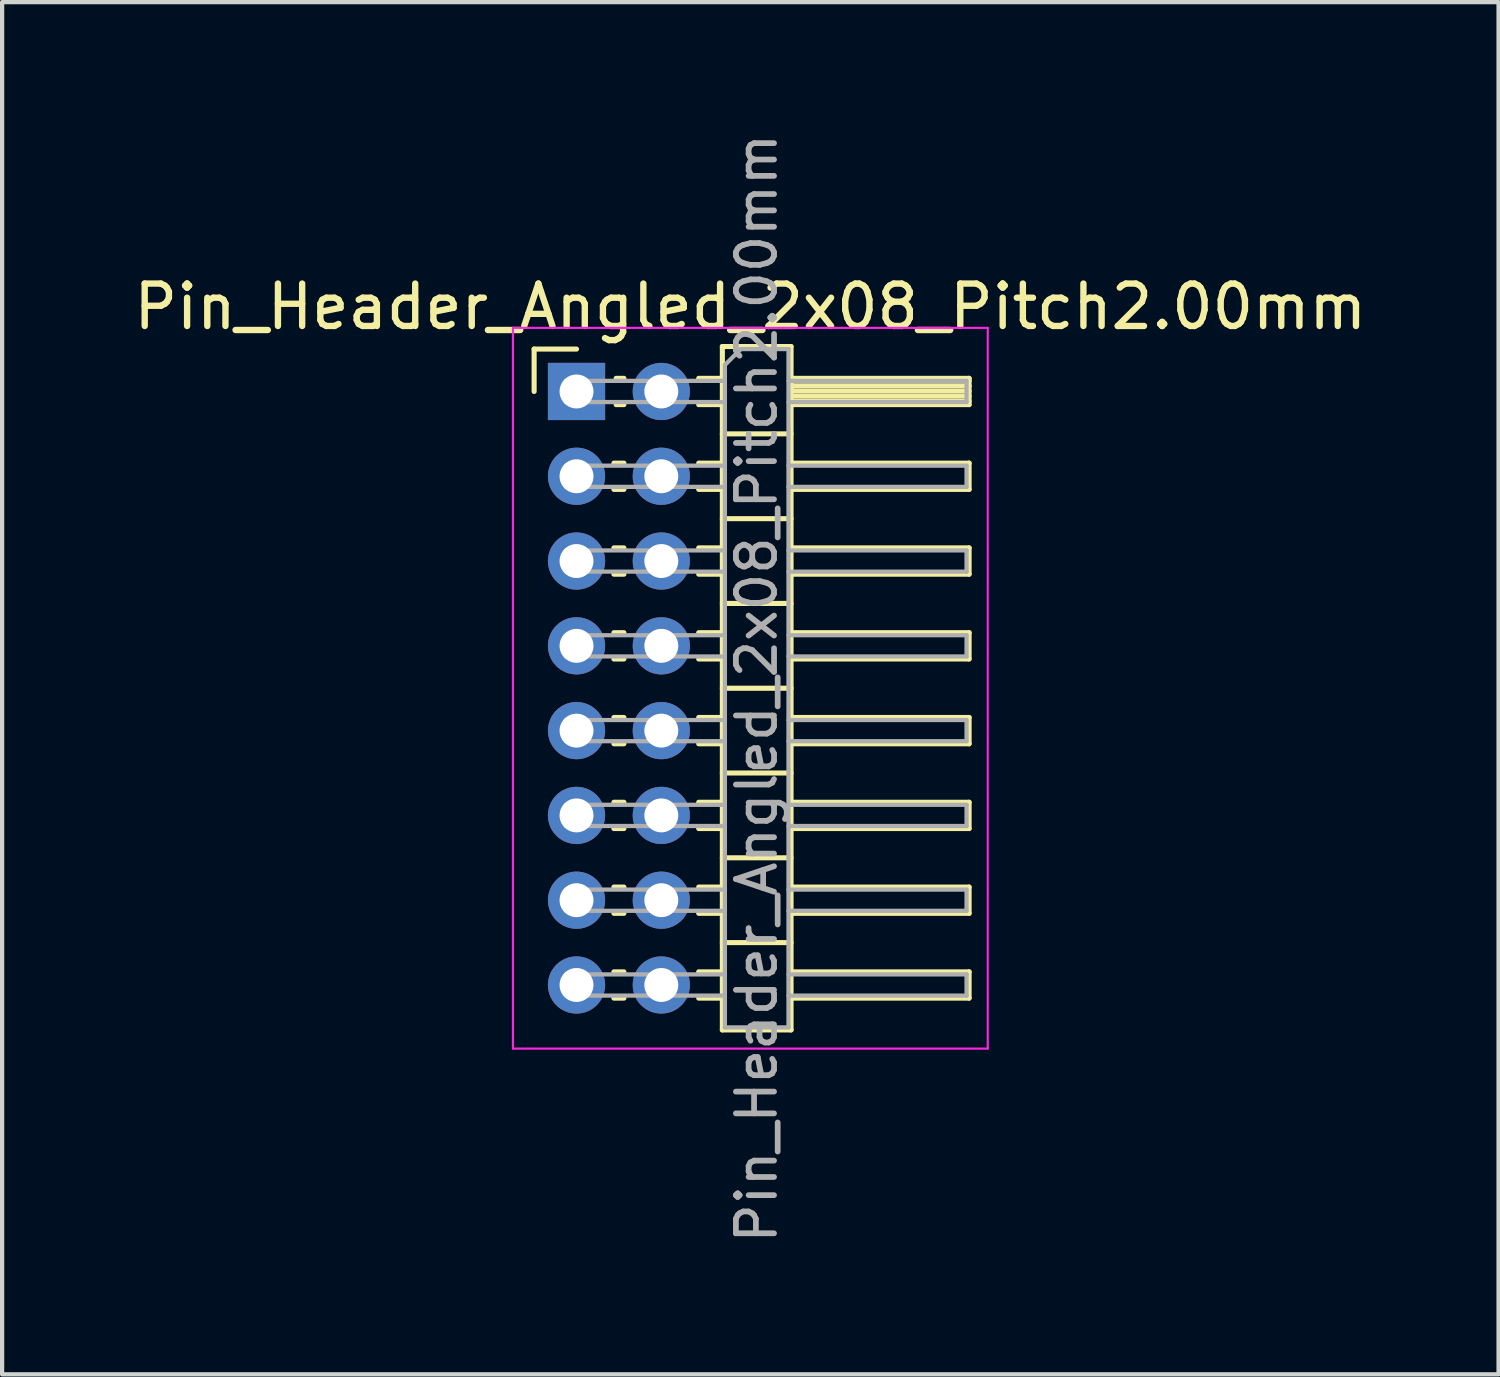
<source format=kicad_pcb>
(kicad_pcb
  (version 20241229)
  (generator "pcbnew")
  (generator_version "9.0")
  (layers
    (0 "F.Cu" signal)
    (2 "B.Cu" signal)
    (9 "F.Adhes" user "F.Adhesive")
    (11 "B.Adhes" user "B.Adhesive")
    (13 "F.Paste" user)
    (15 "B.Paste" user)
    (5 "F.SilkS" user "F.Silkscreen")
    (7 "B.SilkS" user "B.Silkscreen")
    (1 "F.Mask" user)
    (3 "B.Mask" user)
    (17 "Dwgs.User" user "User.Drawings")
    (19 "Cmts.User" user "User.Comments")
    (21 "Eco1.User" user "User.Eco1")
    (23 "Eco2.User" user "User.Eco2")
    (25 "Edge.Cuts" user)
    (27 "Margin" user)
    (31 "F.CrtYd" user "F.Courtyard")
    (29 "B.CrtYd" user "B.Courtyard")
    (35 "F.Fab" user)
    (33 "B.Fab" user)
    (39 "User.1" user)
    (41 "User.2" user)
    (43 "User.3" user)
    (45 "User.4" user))
  (footprint "Pin_Header_Angled_2x08_Pitch2.00mm"
    (layer "F.Cu")
    (at 10.549 6.184)
    (property "Reference" "Pin_Header_Angled_2x08_Pitch2.00mm" (at 4.1 -2 0) (layer "F.SilkS") (effects (font (size 1 1) (thickness 0.15))))
    (attr through_hole)
    (fp_line (start -1 -1) (end 0 -1) (stroke (width 0.12) (type solid)) (layer "F.SilkS"))
    (fp_line (start -1 0) (end -1 -1) (stroke (width 0.12) (type solid)) (layer "F.SilkS"))
    (fp_line (start 0.882 1.69) (end 1.118 1.69) (stroke (width 0.12) (type solid)) (layer "F.SilkS"))
    (fp_line (start 0.882 2.31) (end 1.118 2.31) (stroke (width 0.12) (type solid)) (layer "F.SilkS"))
    (fp_line (start 0.882 3.69) (end 1.118 3.69) (stroke (width 0.12) (type solid)) (layer "F.SilkS"))
    (fp_line (start 0.882 4.31) (end 1.118 4.31) (stroke (width 0.12) (type solid)) (layer "F.SilkS"))
    (fp_line (start 0.882 5.69) (end 1.118 5.69) (stroke (width 0.12) (type solid)) (layer "F.SilkS"))
    (fp_line (start 0.882 6.31) (end 1.118 6.31) (stroke (width 0.12) (type solid)) (layer "F.SilkS"))
    (fp_line (start 0.882 7.69) (end 1.118 7.69) (stroke (width 0.12) (type solid)) (layer "F.SilkS"))
    (fp_line (start 0.882 8.31) (end 1.118 8.31) (stroke (width 0.12) (type solid)) (layer "F.SilkS"))
    (fp_line (start 0.882 9.69) (end 1.118 9.69) (stroke (width 0.12) (type solid)) (layer "F.SilkS"))
    (fp_line (start 0.882 10.31) (end 1.118 10.31) (stroke (width 0.12) (type solid)) (layer "F.SilkS"))
    (fp_line (start 0.882 11.69) (end 1.118 11.69) (stroke (width 0.12) (type solid)) (layer "F.SilkS"))
    (fp_line (start 0.882 12.31) (end 1.118 12.31) (stroke (width 0.12) (type solid)) (layer "F.SilkS"))
    (fp_line (start 0.882 13.69) (end 1.118 13.69) (stroke (width 0.12) (type solid)) (layer "F.SilkS"))
    (fp_line (start 0.882 14.31) (end 1.118 14.31) (stroke (width 0.12) (type solid)) (layer "F.SilkS"))
    (fp_line (start 0.935 -0.31) (end 1.118 -0.31) (stroke (width 0.12) (type solid)) (layer "F.SilkS"))
    (fp_line (start 0.935 0.31) (end 1.118 0.31) (stroke (width 0.12) (type solid)) (layer "F.SilkS"))
    (fp_line (start 2.882 -0.31) (end 3.44 -0.31) (stroke (width 0.12) (type solid)) (layer "F.SilkS"))
    (fp_line (start 2.882 0.31) (end 3.44 0.31) (stroke (width 0.12) (type solid)) (layer "F.SilkS"))
    (fp_line (start 2.882 1.69) (end 3.44 1.69) (stroke (width 0.12) (type solid)) (layer "F.SilkS"))
    (fp_line (start 2.882 2.31) (end 3.44 2.31) (stroke (width 0.12) (type solid)) (layer "F.SilkS"))
    (fp_line (start 2.882 3.69) (end 3.44 3.69) (stroke (width 0.12) (type solid)) (layer "F.SilkS"))
    (fp_line (start 2.882 4.31) (end 3.44 4.31) (stroke (width 0.12) (type solid)) (layer "F.SilkS"))
    (fp_line (start 2.882 5.69) (end 3.44 5.69) (stroke (width 0.12) (type solid)) (layer "F.SilkS"))
    (fp_line (start 2.882 6.31) (end 3.44 6.31) (stroke (width 0.12) (type solid)) (layer "F.SilkS"))
    (fp_line (start 2.882 7.69) (end 3.44 7.69) (stroke (width 0.12) (type solid)) (layer "F.SilkS"))
    (fp_line (start 2.882 8.31) (end 3.44 8.31) (stroke (width 0.12) (type solid)) (layer "F.SilkS"))
    (fp_line (start 2.882 9.69) (end 3.44 9.69) (stroke (width 0.12) (type solid)) (layer "F.SilkS"))
    (fp_line (start 2.882 10.31) (end 3.44 10.31) (stroke (width 0.12) (type solid)) (layer "F.SilkS"))
    (fp_line (start 2.882 11.69) (end 3.44 11.69) (stroke (width 0.12) (type solid)) (layer "F.SilkS"))
    (fp_line (start 2.882 12.31) (end 3.44 12.31) (stroke (width 0.12) (type solid)) (layer "F.SilkS"))
    (fp_line (start 2.882 13.69) (end 3.44 13.69) (stroke (width 0.12) (type solid)) (layer "F.SilkS"))
    (fp_line (start 2.882 14.31) (end 3.44 14.31) (stroke (width 0.12) (type solid)) (layer "F.SilkS"))
    (fp_line (start 3.44 -1.06) (end 3.44 15.06) (stroke (width 0.12) (type solid)) (layer "F.SilkS"))
    (fp_line (start 3.44 1) (end 5.06 1) (stroke (width 0.12) (type solid)) (layer "F.SilkS"))
    (fp_line (start 3.44 3) (end 5.06 3) (stroke (width 0.12) (type solid)) (layer "F.SilkS"))
    (fp_line (start 3.44 5) (end 5.06 5) (stroke (width 0.12) (type solid)) (layer "F.SilkS"))
    (fp_line (start 3.44 7) (end 5.06 7) (stroke (width 0.12) (type solid)) (layer "F.SilkS"))
    (fp_line (start 3.44 9) (end 5.06 9) (stroke (width 0.12) (type solid)) (layer "F.SilkS"))
    (fp_line (start 3.44 11) (end 5.06 11) (stroke (width 0.12) (type solid)) (layer "F.SilkS"))
    (fp_line (start 3.44 13) (end 5.06 13) (stroke (width 0.12) (type solid)) (layer "F.SilkS"))
    (fp_line (start 3.44 15.06) (end 5.06 15.06) (stroke (width 0.12) (type solid)) (layer "F.SilkS"))
    (fp_line (start 5.06 -1.06) (end 3.44 -1.06) (stroke (width 0.12) (type solid)) (layer "F.SilkS"))
    (fp_line (start 5.06 -0.31) (end 9.26 -0.31) (stroke (width 0.12) (type solid)) (layer "F.SilkS"))
    (fp_line (start 5.06 -0.25) (end 9.26 -0.25) (stroke (width 0.12) (type solid)) (layer "F.SilkS"))
    (fp_line (start 5.06 -0.13) (end 9.26 -0.13) (stroke (width 0.12) (type solid)) (layer "F.SilkS"))
    (fp_line (start 5.06 -0.01) (end 9.26 -0.01) (stroke (width 0.12) (type solid)) (layer "F.SilkS"))
    (fp_line (start 5.06 0.11) (end 9.26 0.11) (stroke (width 0.12) (type solid)) (layer "F.SilkS"))
    (fp_line (start 5.06 0.23) (end 9.26 0.23) (stroke (width 0.12) (type solid)) (layer "F.SilkS"))
    (fp_line (start 5.06 1.69) (end 9.26 1.69) (stroke (width 0.12) (type solid)) (layer "F.SilkS"))
    (fp_line (start 5.06 3.69) (end 9.26 3.69) (stroke (width 0.12) (type solid)) (layer "F.SilkS"))
    (fp_line (start 5.06 5.69) (end 9.26 5.69) (stroke (width 0.12) (type solid)) (layer "F.SilkS"))
    (fp_line (start 5.06 7.69) (end 9.26 7.69) (stroke (width 0.12) (type solid)) (layer "F.SilkS"))
    (fp_line (start 5.06 9.69) (end 9.26 9.69) (stroke (width 0.12) (type solid)) (layer "F.SilkS"))
    (fp_line (start 5.06 11.69) (end 9.26 11.69) (stroke (width 0.12) (type solid)) (layer "F.SilkS"))
    (fp_line (start 5.06 13.69) (end 9.26 13.69) (stroke (width 0.12) (type solid)) (layer "F.SilkS"))
    (fp_line (start 5.06 15.06) (end 5.06 -1.06) (stroke (width 0.12) (type solid)) (layer "F.SilkS"))
    (fp_line (start 9.26 -0.31) (end 9.26 0.31) (stroke (width 0.12) (type solid)) (layer "F.SilkS"))
    (fp_line (start 9.26 0.31) (end 5.06 0.31) (stroke (width 0.12) (type solid)) (layer "F.SilkS"))
    (fp_line (start 9.26 1.69) (end 9.26 2.31) (stroke (width 0.12) (type solid)) (layer "F.SilkS"))
    (fp_line (start 9.26 2.31) (end 5.06 2.31) (stroke (width 0.12) (type solid)) (layer "F.SilkS"))
    (fp_line (start 9.26 3.69) (end 9.26 4.31) (stroke (width 0.12) (type solid)) (layer "F.SilkS"))
    (fp_line (start 9.26 4.31) (end 5.06 4.31) (stroke (width 0.12) (type solid)) (layer "F.SilkS"))
    (fp_line (start 9.26 5.69) (end 9.26 6.31) (stroke (width 0.12) (type solid)) (layer "F.SilkS"))
    (fp_line (start 9.26 6.31) (end 5.06 6.31) (stroke (width 0.12) (type solid)) (layer "F.SilkS"))
    (fp_line (start 9.26 7.69) (end 9.26 8.31) (stroke (width 0.12) (type solid)) (layer "F.SilkS"))
    (fp_line (start 9.26 8.31) (end 5.06 8.31) (stroke (width 0.12) (type solid)) (layer "F.SilkS"))
    (fp_line (start 9.26 9.69) (end 9.26 10.31) (stroke (width 0.12) (type solid)) (layer "F.SilkS"))
    (fp_line (start 9.26 10.31) (end 5.06 10.31) (stroke (width 0.12) (type solid)) (layer "F.SilkS"))
    (fp_line (start 9.26 11.69) (end 9.26 12.31) (stroke (width 0.12) (type solid)) (layer "F.SilkS"))
    (fp_line (start 9.26 12.31) (end 5.06 12.31) (stroke (width 0.12) (type solid)) (layer "F.SilkS"))
    (fp_line (start 9.26 13.69) (end 9.26 14.31) (stroke (width 0.12) (type solid)) (layer "F.SilkS"))
    (fp_line (start 9.26 14.31) (end 5.06 14.31) (stroke (width 0.12) (type solid)) (layer "F.SilkS"))
    (fp_line (start -1.5 -1.5) (end -1.5 15.5) (stroke (width 0.05) (type solid)) (layer "F.CrtYd"))
    (fp_line (start -1.5 15.5) (end 9.7 15.5) (stroke (width 0.05) (type solid)) (layer "F.CrtYd"))
    (fp_line (start 9.7 -1.5) (end -1.5 -1.5) (stroke (width 0.05) (type solid)) (layer "F.CrtYd"))
    (fp_line (start 9.7 15.5) (end 9.7 -1.5) (stroke (width 0.05) (type solid)) (layer "F.CrtYd"))
    (fp_line (start -0.25 -0.25) (end -0.25 0.25) (stroke (width 0.1) (type solid)) (layer "F.Fab"))
    (fp_line (start -0.25 -0.25) (end 3.5 -0.25) (stroke (width 0.1) (type solid)) (layer "F.Fab"))
    (fp_line (start -0.25 0.25) (end 3.5 0.25) (stroke (width 0.1) (type solid)) (layer "F.Fab"))
    (fp_line (start -0.25 1.75) (end -0.25 2.25) (stroke (width 0.1) (type solid)) (layer "F.Fab"))
    (fp_line (start -0.25 1.75) (end 3.5 1.75) (stroke (width 0.1) (type solid)) (layer "F.Fab"))
    (fp_line (start -0.25 2.25) (end 3.5 2.25) (stroke (width 0.1) (type solid)) (layer "F.Fab"))
    (fp_line (start -0.25 3.75) (end -0.25 4.25) (stroke (width 0.1) (type solid)) (layer "F.Fab"))
    (fp_line (start -0.25 3.75) (end 3.5 3.75) (stroke (width 0.1) (type solid)) (layer "F.Fab"))
    (fp_line (start -0.25 4.25) (end 3.5 4.25) (stroke (width 0.1) (type solid)) (layer "F.Fab"))
    (fp_line (start -0.25 5.75) (end -0.25 6.25) (stroke (width 0.1) (type solid)) (layer "F.Fab"))
    (fp_line (start -0.25 5.75) (end 3.5 5.75) (stroke (width 0.1) (type solid)) (layer "F.Fab"))
    (fp_line (start -0.25 6.25) (end 3.5 6.25) (stroke (width 0.1) (type solid)) (layer "F.Fab"))
    (fp_line (start -0.25 7.75) (end -0.25 8.25) (stroke (width 0.1) (type solid)) (layer "F.Fab"))
    (fp_line (start -0.25 7.75) (end 3.5 7.75) (stroke (width 0.1) (type solid)) (layer "F.Fab"))
    (fp_line (start -0.25 8.25) (end 3.5 8.25) (stroke (width 0.1) (type solid)) (layer "F.Fab"))
    (fp_line (start -0.25 9.75) (end -0.25 10.25) (stroke (width 0.1) (type solid)) (layer "F.Fab"))
    (fp_line (start -0.25 9.75) (end 3.5 9.75) (stroke (width 0.1) (type solid)) (layer "F.Fab"))
    (fp_line (start -0.25 10.25) (end 3.5 10.25) (stroke (width 0.1) (type solid)) (layer "F.Fab"))
    (fp_line (start -0.25 11.75) (end -0.25 12.25) (stroke (width 0.1) (type solid)) (layer "F.Fab"))
    (fp_line (start -0.25 11.75) (end 3.5 11.75) (stroke (width 0.1) (type solid)) (layer "F.Fab"))
    (fp_line (start -0.25 12.25) (end 3.5 12.25) (stroke (width 0.1) (type solid)) (layer "F.Fab"))
    (fp_line (start -0.25 13.75) (end -0.25 14.25) (stroke (width 0.1) (type solid)) (layer "F.Fab"))
    (fp_line (start -0.25 13.75) (end 3.5 13.75) (stroke (width 0.1) (type solid)) (layer "F.Fab"))
    (fp_line (start -0.25 14.25) (end 3.5 14.25) (stroke (width 0.1) (type solid)) (layer "F.Fab"))
    (fp_line (start 3.5 -0.625) (end 3.875 -1) (stroke (width 0.1) (type solid)) (layer "F.Fab"))
    (fp_line (start 3.5 15) (end 3.5 -0.625) (stroke (width 0.1) (type solid)) (layer "F.Fab"))
    (fp_line (start 3.875 -1) (end 5 -1) (stroke (width 0.1) (type solid)) (layer "F.Fab"))
    (fp_line (start 5 -1) (end 5 15) (stroke (width 0.1) (type solid)) (layer "F.Fab"))
    (fp_line (start 5 -0.25) (end 9.2 -0.25) (stroke (width 0.1) (type solid)) (layer "F.Fab"))
    (fp_line (start 5 0.25) (end 9.2 0.25) (stroke (width 0.1) (type solid)) (layer "F.Fab"))
    (fp_line (start 5 1.75) (end 9.2 1.75) (stroke (width 0.1) (type solid)) (layer "F.Fab"))
    (fp_line (start 5 2.25) (end 9.2 2.25) (stroke (width 0.1) (type solid)) (layer "F.Fab"))
    (fp_line (start 5 3.75) (end 9.2 3.75) (stroke (width 0.1) (type solid)) (layer "F.Fab"))
    (fp_line (start 5 4.25) (end 9.2 4.25) (stroke (width 0.1) (type solid)) (layer "F.Fab"))
    (fp_line (start 5 5.75) (end 9.2 5.75) (stroke (width 0.1) (type solid)) (layer "F.Fab"))
    (fp_line (start 5 6.25) (end 9.2 6.25) (stroke (width 0.1) (type solid)) (layer "F.Fab"))
    (fp_line (start 5 7.75) (end 9.2 7.75) (stroke (width 0.1) (type solid)) (layer "F.Fab"))
    (fp_line (start 5 8.25) (end 9.2 8.25) (stroke (width 0.1) (type solid)) (layer "F.Fab"))
    (fp_line (start 5 9.75) (end 9.2 9.75) (stroke (width 0.1) (type solid)) (layer "F.Fab"))
    (fp_line (start 5 10.25) (end 9.2 10.25) (stroke (width 0.1) (type solid)) (layer "F.Fab"))
    (fp_line (start 5 11.75) (end 9.2 11.75) (stroke (width 0.1) (type solid)) (layer "F.Fab"))
    (fp_line (start 5 12.25) (end 9.2 12.25) (stroke (width 0.1) (type solid)) (layer "F.Fab"))
    (fp_line (start 5 13.75) (end 9.2 13.75) (stroke (width 0.1) (type solid)) (layer "F.Fab"))
    (fp_line (start 5 14.25) (end 9.2 14.25) (stroke (width 0.1) (type solid)) (layer "F.Fab"))
    (fp_line (start 5 15) (end 3.5 15) (stroke (width 0.1) (type solid)) (layer "F.Fab"))
    (fp_line (start 9.2 -0.25) (end 9.2 0.25) (stroke (width 0.1) (type solid)) (layer "F.Fab"))
    (fp_line (start 9.2 1.75) (end 9.2 2.25) (stroke (width 0.1) (type solid)) (layer "F.Fab"))
    (fp_line (start 9.2 3.75) (end 9.2 4.25) (stroke (width 0.1) (type solid)) (layer "F.Fab"))
    (fp_line (start 9.2 5.75) (end 9.2 6.25) (stroke (width 0.1) (type solid)) (layer "F.Fab"))
    (fp_line (start 9.2 7.75) (end 9.2 8.25) (stroke (width 0.1) (type solid)) (layer "F.Fab"))
    (fp_line (start 9.2 9.75) (end 9.2 10.25) (stroke (width 0.1) (type solid)) (layer "F.Fab"))
    (fp_line (start 9.2 11.75) (end 9.2 12.25) (stroke (width 0.1) (type solid)) (layer "F.Fab"))
    (fp_line (start 9.2 13.75) (end 9.2 14.25) (stroke (width 0.1) (type solid)) (layer "F.Fab"))
    (fp_text user "${REFERENCE}" (at 4.25 7 90) (layer "F.Fab") (effects (font (size 0.9 0.9) (thickness 0.135))))
    (pad "1" thru_hole rect (at 0 0) (size 1.35 1.35) (drill 0.8) (layers "*.Cu" "*.Mask"))
    (pad "2" thru_hole oval (at 2 0) (size 1.35 1.35) (drill 0.8) (layers "*.Cu" "*.Mask"))
    (pad "3" thru_hole oval (at 0 2) (size 1.35 1.35) (drill 0.8) (layers "*.Cu" "*.Mask"))
    (pad "4" thru_hole oval (at 2 2) (size 1.35 1.35) (drill 0.8) (layers "*.Cu" "*.Mask"))
    (pad "5" thru_hole oval (at 0 4) (size 1.35 1.35) (drill 0.8) (layers "*.Cu" "*.Mask"))
    (pad "6" thru_hole oval (at 2 4) (size 1.35 1.35) (drill 0.8) (layers "*.Cu" "*.Mask"))
    (pad "7" thru_hole oval (at 0 6) (size 1.35 1.35) (drill 0.8) (layers "*.Cu" "*.Mask"))
    (pad "8" thru_hole oval (at 2 6) (size 1.35 1.35) (drill 0.8) (layers "*.Cu" "*.Mask"))
    (pad "9" thru_hole oval (at 0 8) (size 1.35 1.35) (drill 0.8) (layers "*.Cu" "*.Mask"))
    (pad "10" thru_hole oval (at 2 8) (size 1.35 1.35) (drill 0.8) (layers "*.Cu" "*.Mask"))
    (pad "11" thru_hole oval (at 0 10) (size 1.35 1.35) (drill 0.8) (layers "*.Cu" "*.Mask"))
    (pad "12" thru_hole oval (at 2 10) (size 1.35 1.35) (drill 0.8) (layers "*.Cu" "*.Mask"))
    (pad "13" thru_hole oval (at 0 12) (size 1.35 1.35) (drill 0.8) (layers "*.Cu" "*.Mask"))
    (pad "14" thru_hole oval (at 2 12) (size 1.35 1.35) (drill 0.8) (layers "*.Cu" "*.Mask"))
    (pad "15" thru_hole oval (at 0 14) (size 1.35 1.35) (drill 0.8) (layers "*.Cu" "*.Mask"))
    (pad "16" thru_hole oval (at 2 14) (size 1.35 1.35) (drill 0.8) (layers "*.Cu" "*.Mask")))
  (gr_rect
    (start -3 -3)
    (end 32.298 29.368)
    (stroke (width 0.1) (type default))
    (fill no)
    (layer "Edge.Cuts")))
</source>
